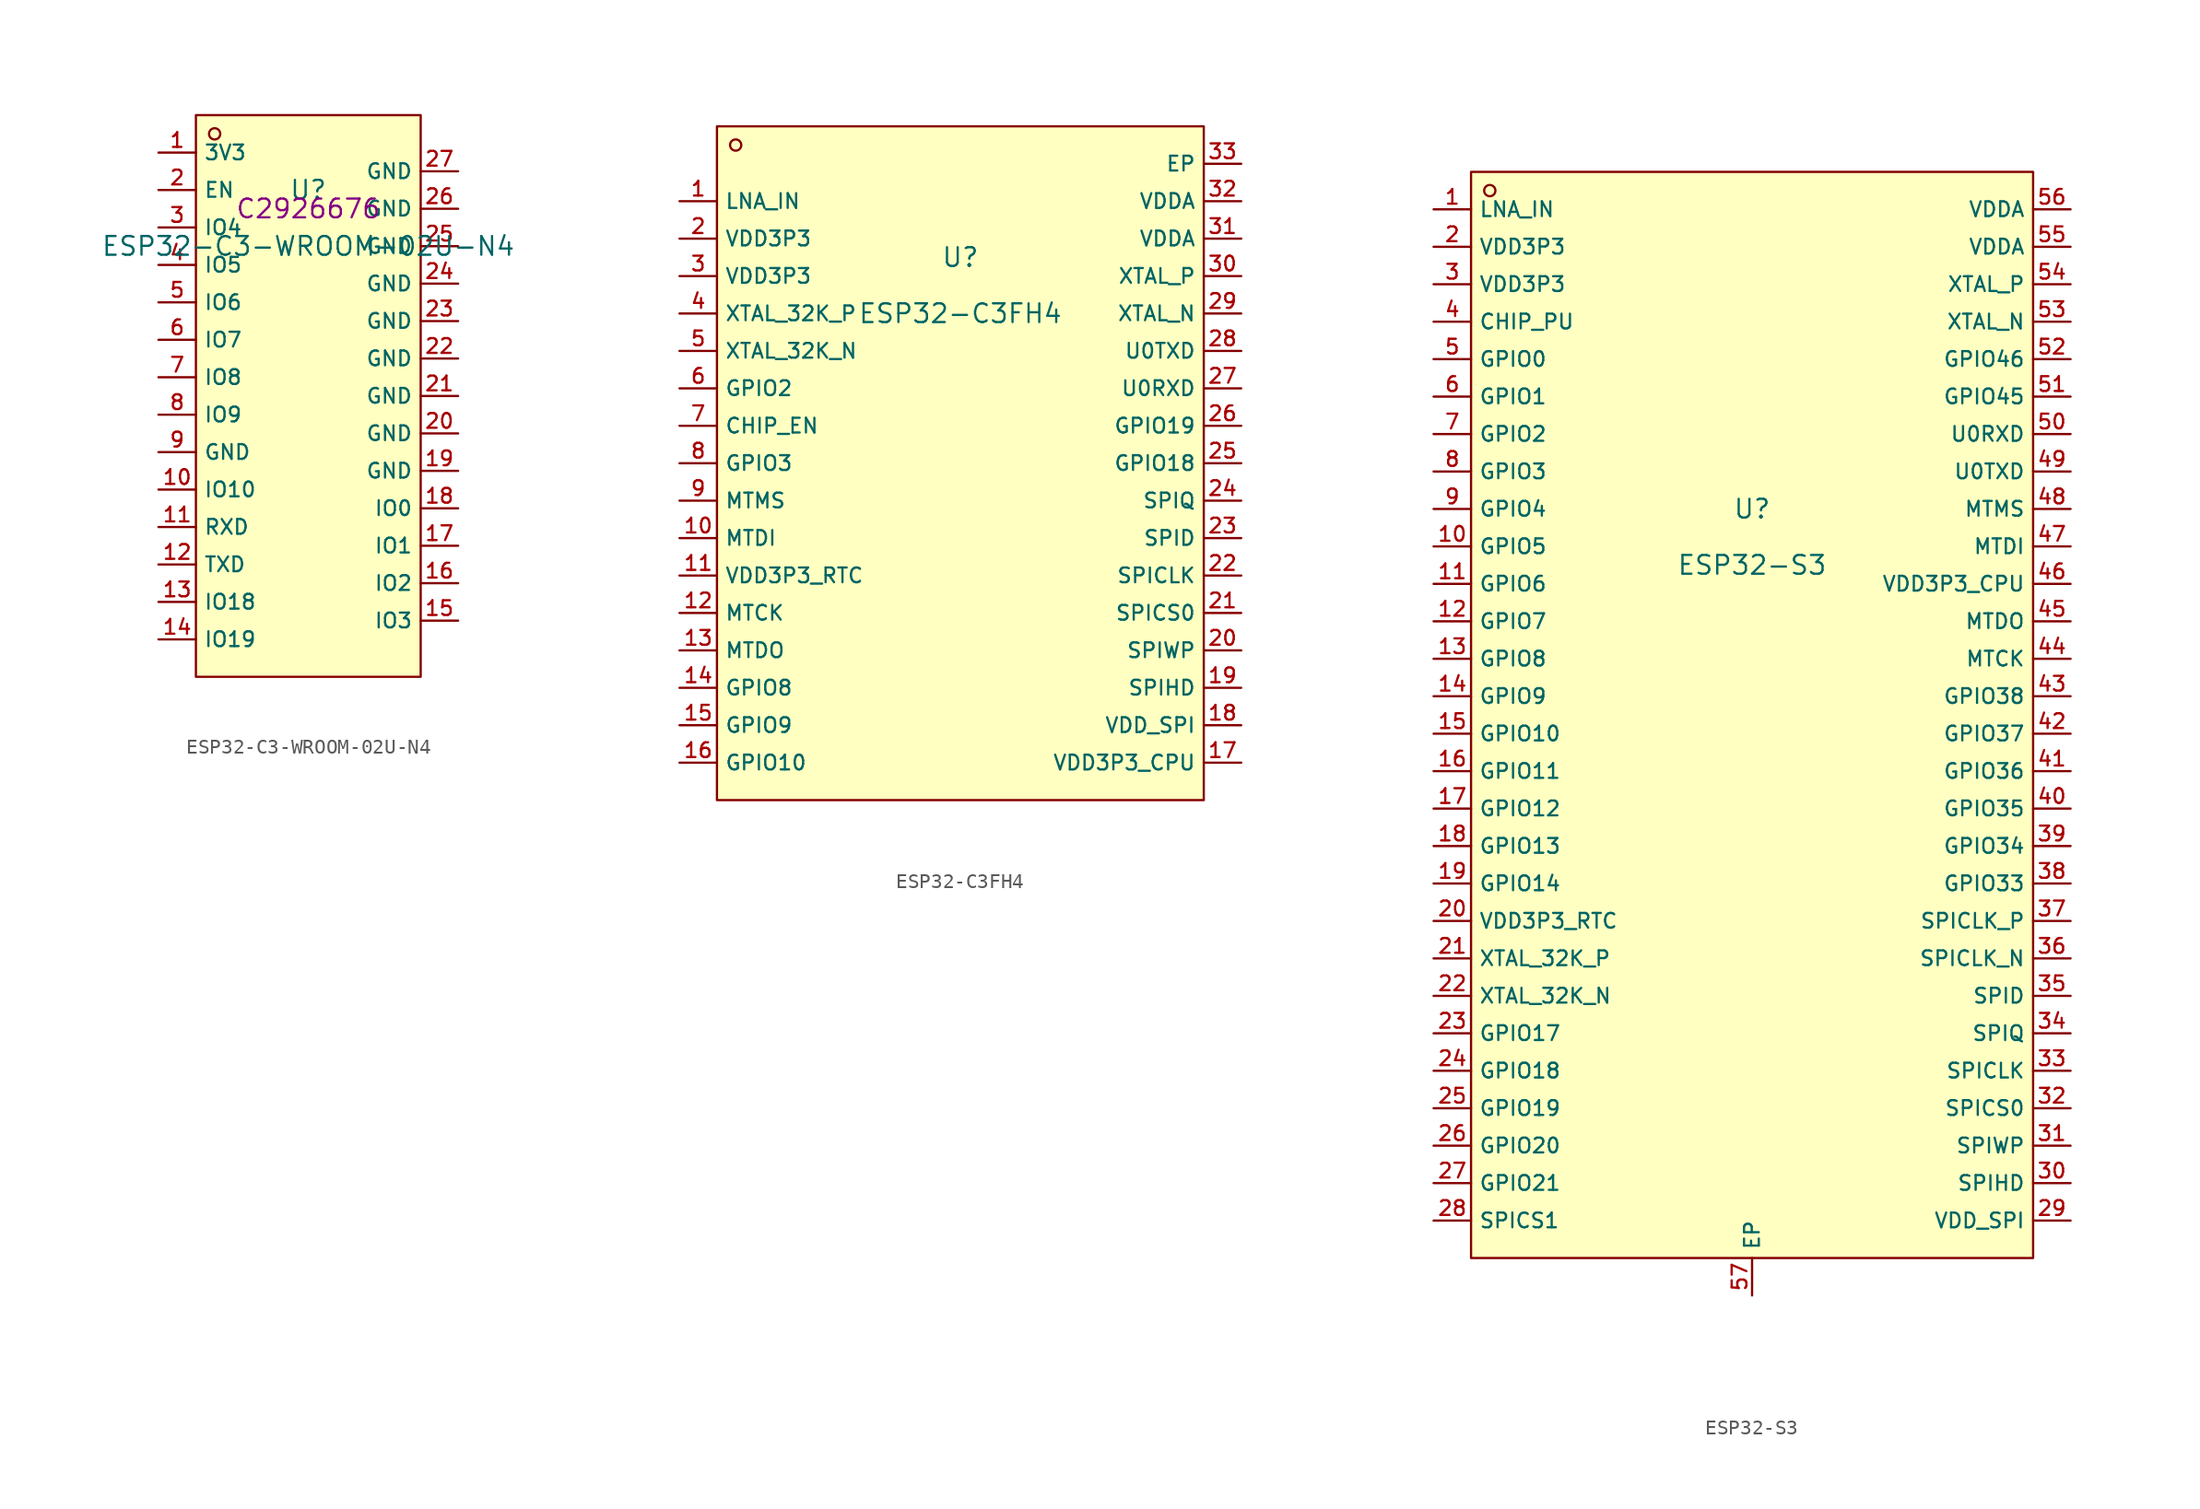
<source format=kicad_sym>
(kicad_symbol_lib
  (version 20220914)
  (generator kicad_symbol_editor)
  (symbol "ESP32-C3-WROOM-02U-N4"
    (property "Reference" "U"
      (at 0 1.27 0)
      (effects (font (size 1.27 1.27))))
    (property "Value" "ESP32-C3-WROOM-02U-N4"
      (at 0 -2.54 0)
      (effects (font (size 1.27 1.27))))
    (property "LCSC" "C2926676"
      (at 0 0 0)
      (effects (font (size 1.27 1.27))))
    (symbol "ESP32-C3-WROOM-02U-N4_0_0"
      (rectangle (start -7.62 6.35) (end 7.62 -31.75) (stroke (width 0) (type default)) (fill (type background)))
      (circle (center -6.35 5.08) (radius 0.381) (stroke (width 0) (type default)) (fill (type background)))
      (pin unspecified line (at -10.16 3.81 0) (length 2.54) (name "3V3" (effects (font (size 1 1)))) (number "1" (effects (font (size 1 1)))))
      (pin unspecified line (at -10.16 -19.05 0) (length 2.54) (name "IO10" (effects (font (size 1 1)))) (number "10" (effects (font (size 1 1)))))
      (pin unspecified line (at -10.16 -21.59 0) (length 2.54) (name "RXD" (effects (font (size 1 1)))) (number "11" (effects (font (size 1 1)))))
      (pin unspecified line (at -10.16 -24.13 0) (length 2.54) (name "TXD" (effects (font (size 1 1)))) (number "12" (effects (font (size 1 1)))))
      (pin unspecified line (at -10.16 -26.67 0) (length 2.54) (name "IO18" (effects (font (size 1 1)))) (number "13" (effects (font (size 1 1)))))
      (pin unspecified line (at -10.16 -29.21 0) (length 2.54) (name "IO19" (effects (font (size 1 1)))) (number "14" (effects (font (size 1 1)))))
      (pin unspecified line (at 10.16 -27.94 180) (length 2.54) (name "IO3" (effects (font (size 1 1)))) (number "15" (effects (font (size 1 1)))))
      (pin unspecified line (at 10.16 -25.4 180) (length 2.54) (name "IO2" (effects (font (size 1 1)))) (number "16" (effects (font (size 1 1)))))
      (pin unspecified line (at 10.16 -22.86 180) (length 2.54) (name "IO1" (effects (font (size 1 1)))) (number "17" (effects (font (size 1 1)))))
      (pin unspecified line (at 10.16 -20.32 180) (length 2.54) (name "IO0" (effects (font (size 1 1)))) (number "18" (effects (font (size 1 1)))))
      (pin unspecified line (at 10.16 -17.78 180) (length 2.54) (name "GND" (effects (font (size 1 1)))) (number "19" (effects (font (size 1 1)))))
      (pin unspecified line (at -10.16 1.27 0) (length 2.54) (name "EN" (effects (font (size 1 1)))) (number "2" (effects (font (size 1 1)))))
      (pin unspecified line (at 10.16 -15.24 180) (length 2.54) (name "GND" (effects (font (size 1 1)))) (number "20" (effects (font (size 1 1)))))
      (pin unspecified line (at 10.16 -12.7 180) (length 2.54) (name "GND" (effects (font (size 1 1)))) (number "21" (effects (font (size 1 1)))))
      (pin unspecified line (at 10.16 -10.16 180) (length 2.54) (name "GND" (effects (font (size 1 1)))) (number "22" (effects (font (size 1 1)))))
      (pin unspecified line (at 10.16 -7.62 180) (length 2.54) (name "GND" (effects (font (size 1 1)))) (number "23" (effects (font (size 1 1)))))
      (pin unspecified line (at 10.16 -5.08 180) (length 2.54) (name "GND" (effects (font (size 1 1)))) (number "24" (effects (font (size 1 1)))))
      (pin unspecified line (at 10.16 -2.54 180) (length 2.54) (name "GND" (effects (font (size 1 1)))) (number "25" (effects (font (size 1 1)))))
      (pin unspecified line (at 10.16 0 180) (length 2.54) (name "GND" (effects (font (size 1 1)))) (number "26" (effects (font (size 1 1)))))
      (pin unspecified line (at 10.16 2.54 180) (length 2.54) (name "GND" (effects (font (size 1 1)))) (number "27" (effects (font (size 1 1)))))
      (pin unspecified line (at -10.16 -1.27 0) (length 2.54) (name "IO4" (effects (font (size 1 1)))) (number "3" (effects (font (size 1 1)))))
      (pin unspecified line (at -10.16 -3.81 0) (length 2.54) (name "IO5" (effects (font (size 1 1)))) (number "4" (effects (font (size 1 1)))))
      (pin unspecified line (at -10.16 -6.35 0) (length 2.54) (name "IO6" (effects (font (size 1 1)))) (number "5" (effects (font (size 1 1)))))
      (pin unspecified line (at -10.16 -8.89 0) (length 2.54) (name "IO7" (effects (font (size 1 1)))) (number "6" (effects (font (size 1 1)))))
      (pin unspecified line (at -10.16 -11.43 0) (length 2.54) (name "IO8" (effects (font (size 1 1)))) (number "7" (effects (font (size 1 1)))))
      (pin unspecified line (at -10.16 -13.97 0) (length 2.54) (name "IO9" (effects (font (size 1 1)))) (number "8" (effects (font (size 1 1)))))
      (pin unspecified line (at -10.16 -16.51 0) (length 2.54) (name "GND" (effects (font (size 1 1)))) (number "9" (effects (font (size 1 1)))))))
  (symbol "ESP32-C3FH4"
    (property "Reference" "U"
      (at 0 1.27 0)
      (effects (font (size 1.27 1.27))))
    (property "Value" "ESP32-C3FH4"
      (at 0 -2.54 0)
      (effects (font (size 1.27 1.27))))
    (symbol "ESP32-C3FH4_0_0"
      (rectangle (start -16.51 10.16) (end 16.51 -35.56) (stroke (width 0) (type default)) (fill (type background)))
      (circle (center -15.24 8.89) (radius 0.381) (stroke (width 0) (type default)) (fill (type background)))
      (pin unspecified line (at -19.05 5.08 0) (length 2.54) (name "LNA_IN" (effects (font (size 1 1)))) (number "1" (effects (font (size 1 1)))))
      (pin unspecified line (at -19.05 -17.78 0) (length 2.54) (name "MTDI" (effects (font (size 1 1)))) (number "10" (effects (font (size 1 1)))))
      (pin unspecified line (at -19.05 -20.32 0) (length 2.54) (name "VDD3P3_RTC" (effects (font (size 1 1)))) (number "11" (effects (font (size 1 1)))))
      (pin unspecified line (at -19.05 -22.86 0) (length 2.54) (name "MTCK" (effects (font (size 1 1)))) (number "12" (effects (font (size 1 1)))))
      (pin unspecified line (at -19.05 -25.4 0) (length 2.54) (name "MTDO" (effects (font (size 1 1)))) (number "13" (effects (font (size 1 1)))))
      (pin unspecified line (at -19.05 -27.94 0) (length 2.54) (name "GPIO8" (effects (font (size 1 1)))) (number "14" (effects (font (size 1 1)))))
      (pin unspecified line (at -19.05 -30.48 0) (length 2.54) (name "GPIO9" (effects (font (size 1 1)))) (number "15" (effects (font (size 1 1)))))
      (pin unspecified line (at -19.05 -33.02 0) (length 2.54) (name "GPIO10" (effects (font (size 1 1)))) (number "16" (effects (font (size 1 1)))))
      (pin unspecified line (at 19.05 -33.02 180) (length 2.54) (name "VDD3P3_CPU" (effects (font (size 1 1)))) (number "17" (effects (font (size 1 1)))))
      (pin unspecified line (at 19.05 -30.48 180) (length 2.54) (name "VDD_SPI" (effects (font (size 1 1)))) (number "18" (effects (font (size 1 1)))))
      (pin unspecified line (at 19.05 -27.94 180) (length 2.54) (name "SPIHD" (effects (font (size 1 1)))) (number "19" (effects (font (size 1 1)))))
      (pin unspecified line (at -19.05 2.54 0) (length 2.54) (name "VDD3P3" (effects (font (size 1 1)))) (number "2" (effects (font (size 1 1)))))
      (pin unspecified line (at 19.05 -25.4 180) (length 2.54) (name "SPIWP" (effects (font (size 1 1)))) (number "20" (effects (font (size 1 1)))))
      (pin unspecified line (at 19.05 -22.86 180) (length 2.54) (name "SPICS0" (effects (font (size 1 1)))) (number "21" (effects (font (size 1 1)))))
      (pin unspecified line (at 19.05 -20.32 180) (length 2.54) (name "SPICLK" (effects (font (size 1 1)))) (number "22" (effects (font (size 1 1)))))
      (pin unspecified line (at 19.05 -17.78 180) (length 2.54) (name "SPID" (effects (font (size 1 1)))) (number "23" (effects (font (size 1 1)))))
      (pin unspecified line (at 19.05 -15.24 180) (length 2.54) (name "SPIQ" (effects (font (size 1 1)))) (number "24" (effects (font (size 1 1)))))
      (pin unspecified line (at 19.05 -12.7 180) (length 2.54) (name "GPIO18" (effects (font (size 1 1)))) (number "25" (effects (font (size 1 1)))))
      (pin unspecified line (at 19.05 -10.16 180) (length 2.54) (name "GPIO19" (effects (font (size 1 1)))) (number "26" (effects (font (size 1 1)))))
      (pin unspecified line (at 19.05 -7.62 180) (length 2.54) (name "U0RXD" (effects (font (size 1 1)))) (number "27" (effects (font (size 1 1)))))
      (pin unspecified line (at 19.05 -5.08 180) (length 2.54) (name "U0TXD" (effects (font (size 1 1)))) (number "28" (effects (font (size 1 1)))))
      (pin unspecified line (at 19.05 -2.54 180) (length 2.54) (name "XTAL_N" (effects (font (size 1 1)))) (number "29" (effects (font (size 1 1)))))
      (pin unspecified line (at -19.05 0 0) (length 2.54) (name "VDD3P3" (effects (font (size 1 1)))) (number "3" (effects (font (size 1 1)))))
      (pin unspecified line (at 19.05 0 180) (length 2.54) (name "XTAL_P" (effects (font (size 1 1)))) (number "30" (effects (font (size 1 1)))))
      (pin unspecified line (at 19.05 2.54 180) (length 2.54) (name "VDDA" (effects (font (size 1 1)))) (number "31" (effects (font (size 1 1)))))
      (pin unspecified line (at 19.05 5.08 180) (length 2.54) (name "VDDA" (effects (font (size 1 1)))) (number "32" (effects (font (size 1 1)))))
      (pin unspecified line (at 19.05 7.62 180) (length 2.54) (name "EP" (effects (font (size 1 1)))) (number "33" (effects (font (size 1 1)))))
      (pin unspecified line (at -19.05 -2.54 0) (length 2.54) (name "XTAL_32K_P" (effects (font (size 1 1)))) (number "4" (effects (font (size 1 1)))))
      (pin unspecified line (at -19.05 -5.08 0) (length 2.54) (name "XTAL_32K_N" (effects (font (size 1 1)))) (number "5" (effects (font (size 1 1)))))
      (pin unspecified line (at -19.05 -7.62 0) (length 2.54) (name "GPIO2" (effects (font (size 1 1)))) (number "6" (effects (font (size 1 1)))))
      (pin unspecified line (at -19.05 -10.16 0) (length 2.54) (name "CHIP_EN" (effects (font (size 1 1)))) (number "7" (effects (font (size 1 1)))))
      (pin unspecified line (at -19.05 -12.7 0) (length 2.54) (name "GPIO3" (effects (font (size 1 1)))) (number "8" (effects (font (size 1 1)))))
      (pin unspecified line (at -19.05 -15.24 0) (length 2.54) (name "MTMS" (effects (font (size 1 1)))) (number "9" (effects (font (size 1 1)))))))
  (symbol "ESP32-S3"
    (property "Reference" "U"
      (at 0 1.27 0)
      (effects (font (size 1.27 1.27))))
    (property "Value" "ESP32-S3"
      (at 0 -2.54 0)
      (effects (font (size 1.27 1.27))))
    (symbol "ESP32-S3_0_0"
      (rectangle (start -19.05 24.13) (end 19.05 -49.53) (stroke (width 0) (type default)) (fill (type background)))
      (circle (center -17.78 22.86) (radius 0.381) (stroke (width 0) (type default)) (fill (type background)))
      (pin unspecified line (at -21.59 21.59 0) (length 2.54) (name "LNA_IN" (effects (font (size 1 1)))) (number "1" (effects (font (size 1 1)))))
      (pin unspecified line (at -21.59 -1.27 0) (length 2.54) (name "GPIO5" (effects (font (size 1 1)))) (number "10" (effects (font (size 1 1)))))
      (pin unspecified line (at -21.59 -3.81 0) (length 2.54) (name "GPIO6" (effects (font (size 1 1)))) (number "11" (effects (font (size 1 1)))))
      (pin unspecified line (at -21.59 -6.35 0) (length 2.54) (name "GPIO7" (effects (font (size 1 1)))) (number "12" (effects (font (size 1 1)))))
      (pin unspecified line (at -21.59 -8.89 0) (length 2.54) (name "GPIO8" (effects (font (size 1 1)))) (number "13" (effects (font (size 1 1)))))
      (pin unspecified line (at -21.59 -11.43 0) (length 2.54) (name "GPIO9" (effects (font (size 1 1)))) (number "14" (effects (font (size 1 1)))))
      (pin unspecified line (at -21.59 -13.97 0) (length 2.54) (name "GPIO10" (effects (font (size 1 1)))) (number "15" (effects (font (size 1 1)))))
      (pin unspecified line (at -21.59 -16.51 0) (length 2.54) (name "GPIO11" (effects (font (size 1 1)))) (number "16" (effects (font (size 1 1)))))
      (pin unspecified line (at -21.59 -19.05 0) (length 2.54) (name "GPIO12" (effects (font (size 1 1)))) (number "17" (effects (font (size 1 1)))))
      (pin unspecified line (at -21.59 -21.59 0) (length 2.54) (name "GPIO13" (effects (font (size 1 1)))) (number "18" (effects (font (size 1 1)))))
      (pin unspecified line (at -21.59 -24.13 0) (length 2.54) (name "GPIO14" (effects (font (size 1 1)))) (number "19" (effects (font (size 1 1)))))
      (pin unspecified line (at -21.59 19.05 0) (length 2.54) (name "VDD3P3" (effects (font (size 1 1)))) (number "2" (effects (font (size 1 1)))))
      (pin unspecified line (at -21.59 -26.67 0) (length 2.54) (name "VDD3P3_RTC" (effects (font (size 1 1)))) (number "20" (effects (font (size 1 1)))))
      (pin unspecified line (at -21.59 -29.21 0) (length 2.54) (name "XTAL_32K_P" (effects (font (size 1 1)))) (number "21" (effects (font (size 1 1)))))
      (pin unspecified line (at -21.59 -31.75 0) (length 2.54) (name "XTAL_32K_N" (effects (font (size 1 1)))) (number "22" (effects (font (size 1 1)))))
      (pin unspecified line (at -21.59 -34.29 0) (length 2.54) (name "GPIO17" (effects (font (size 1 1)))) (number "23" (effects (font (size 1 1)))))
      (pin unspecified line (at -21.59 -36.83 0) (length 2.54) (name "GPIO18" (effects (font (size 1 1)))) (number "24" (effects (font (size 1 1)))))
      (pin unspecified line (at -21.59 -39.37 0) (length 2.54) (name "GPIO19" (effects (font (size 1 1)))) (number "25" (effects (font (size 1 1)))))
      (pin unspecified line (at -21.59 -41.91 0) (length 2.54) (name "GPIO20" (effects (font (size 1 1)))) (number "26" (effects (font (size 1 1)))))
      (pin unspecified line (at -21.59 -44.45 0) (length 2.54) (name "GPIO21" (effects (font (size 1 1)))) (number "27" (effects (font (size 1 1)))))
      (pin unspecified line (at -21.59 -46.99 0) (length 2.54) (name "SPICS1" (effects (font (size 1 1)))) (number "28" (effects (font (size 1 1)))))
      (pin unspecified line (at 21.59 -46.99 180) (length 2.54) (name "VDD_SPI" (effects (font (size 1 1)))) (number "29" (effects (font (size 1 1)))))
      (pin unspecified line (at -21.59 16.51 0) (length 2.54) (name "VDD3P3" (effects (font (size 1 1)))) (number "3" (effects (font (size 1 1)))))
      (pin unspecified line (at 21.59 -44.45 180) (length 2.54) (name "SPIHD" (effects (font (size 1 1)))) (number "30" (effects (font (size 1 1)))))
      (pin unspecified line (at 21.59 -41.91 180) (length 2.54) (name "SPIWP" (effects (font (size 1 1)))) (number "31" (effects (font (size 1 1)))))
      (pin unspecified line (at 21.59 -39.37 180) (length 2.54) (name "SPICS0" (effects (font (size 1 1)))) (number "32" (effects (font (size 1 1)))))
      (pin unspecified line (at 21.59 -36.83 180) (length 2.54) (name "SPICLK" (effects (font (size 1 1)))) (number "33" (effects (font (size 1 1)))))
      (pin unspecified line (at 21.59 -34.29 180) (length 2.54) (name "SPIQ" (effects (font (size 1 1)))) (number "34" (effects (font (size 1 1)))))
      (pin unspecified line (at 21.59 -31.75 180) (length 2.54) (name "SPID" (effects (font (size 1 1)))) (number "35" (effects (font (size 1 1)))))
      (pin unspecified line (at 21.59 -29.21 180) (length 2.54) (name "SPICLK_N" (effects (font (size 1 1)))) (number "36" (effects (font (size 1 1)))))
      (pin unspecified line (at 21.59 -26.67 180) (length 2.54) (name "SPICLK_P" (effects (font (size 1 1)))) (number "37" (effects (font (size 1 1)))))
      (pin unspecified line (at 21.59 -24.13 180) (length 2.54) (name "GPIO33" (effects (font (size 1 1)))) (number "38" (effects (font (size 1 1)))))
      (pin unspecified line (at 21.59 -21.59 180) (length 2.54) (name "GPIO34" (effects (font (size 1 1)))) (number "39" (effects (font (size 1 1)))))
      (pin unspecified line (at -21.59 13.97 0) (length 2.54) (name "CHIP_PU" (effects (font (size 1 1)))) (number "4" (effects (font (size 1 1)))))
      (pin unspecified line (at 21.59 -19.05 180) (length 2.54) (name "GPIO35" (effects (font (size 1 1)))) (number "40" (effects (font (size 1 1)))))
      (pin unspecified line (at 21.59 -16.51 180) (length 2.54) (name "GPIO36" (effects (font (size 1 1)))) (number "41" (effects (font (size 1 1)))))
      (pin unspecified line (at 21.59 -13.97 180) (length 2.54) (name "GPIO37" (effects (font (size 1 1)))) (number "42" (effects (font (size 1 1)))))
      (pin unspecified line (at 21.59 -11.43 180) (length 2.54) (name "GPIO38" (effects (font (size 1 1)))) (number "43" (effects (font (size 1 1)))))
      (pin unspecified line (at 21.59 -8.89 180) (length 2.54) (name "MTCK" (effects (font (size 1 1)))) (number "44" (effects (font (size 1 1)))))
      (pin unspecified line (at 21.59 -6.35 180) (length 2.54) (name "MTDO" (effects (font (size 1 1)))) (number "45" (effects (font (size 1 1)))))
      (pin unspecified line (at 21.59 -3.81 180) (length 2.54) (name "VDD3P3_CPU" (effects (font (size 1 1)))) (number "46" (effects (font (size 1 1)))))
      (pin unspecified line (at 21.59 -1.27 180) (length 2.54) (name "MTDI" (effects (font (size 1 1)))) (number "47" (effects (font (size 1 1)))))
      (pin unspecified line (at 21.59 1.27 180) (length 2.54) (name "MTMS" (effects (font (size 1 1)))) (number "48" (effects (font (size 1 1)))))
      (pin unspecified line (at 21.59 3.81 180) (length 2.54) (name "U0TXD" (effects (font (size 1 1)))) (number "49" (effects (font (size 1 1)))))
      (pin unspecified line (at -21.59 11.43 0) (length 2.54) (name "GPIO0" (effects (font (size 1 1)))) (number "5" (effects (font (size 1 1)))))
      (pin unspecified line (at 21.59 6.35 180) (length 2.54) (name "U0RXD" (effects (font (size 1 1)))) (number "50" (effects (font (size 1 1)))))
      (pin unspecified line (at 21.59 8.89 180) (length 2.54) (name "GPIO45" (effects (font (size 1 1)))) (number "51" (effects (font (size 1 1)))))
      (pin unspecified line (at 21.59 11.43 180) (length 2.54) (name "GPIO46" (effects (font (size 1 1)))) (number "52" (effects (font (size 1 1)))))
      (pin unspecified line (at 21.59 13.97 180) (length 2.54) (name "XTAL_N" (effects (font (size 1 1)))) (number "53" (effects (font (size 1 1)))))
      (pin unspecified line (at 21.59 16.51 180) (length 2.54) (name "XTAL_P" (effects (font (size 1 1)))) (number "54" (effects (font (size 1 1)))))
      (pin unspecified line (at 21.59 19.05 180) (length 2.54) (name "VDDA" (effects (font (size 1 1)))) (number "55" (effects (font (size 1 1)))))
      (pin unspecified line (at 21.59 21.59 180) (length 2.54) (name "VDDA" (effects (font (size 1 1)))) (number "56" (effects (font (size 1 1)))))
      (pin unspecified line (at 0 -52.07 90) (length 2.54) (name "EP" (effects (font (size 1 1)))) (number "57" (effects (font (size 1 1)))))
      (pin unspecified line (at -21.59 8.89 0) (length 2.54) (name "GPIO1" (effects (font (size 1 1)))) (number "6" (effects (font (size 1 1)))))
      (pin unspecified line (at -21.59 6.35 0) (length 2.54) (name "GPIO2" (effects (font (size 1 1)))) (number "7" (effects (font (size 1 1)))))
      (pin unspecified line (at -21.59 3.81 0) (length 2.54) (name "GPIO3" (effects (font (size 1 1)))) (number "8" (effects (font (size 1 1)))))
      (pin unspecified line (at -21.59 1.27 0) (length 2.54) (name "GPIO4" (effects (font (size 1 1)))) (number "9" (effects (font (size 1 1))))))))
</source>
